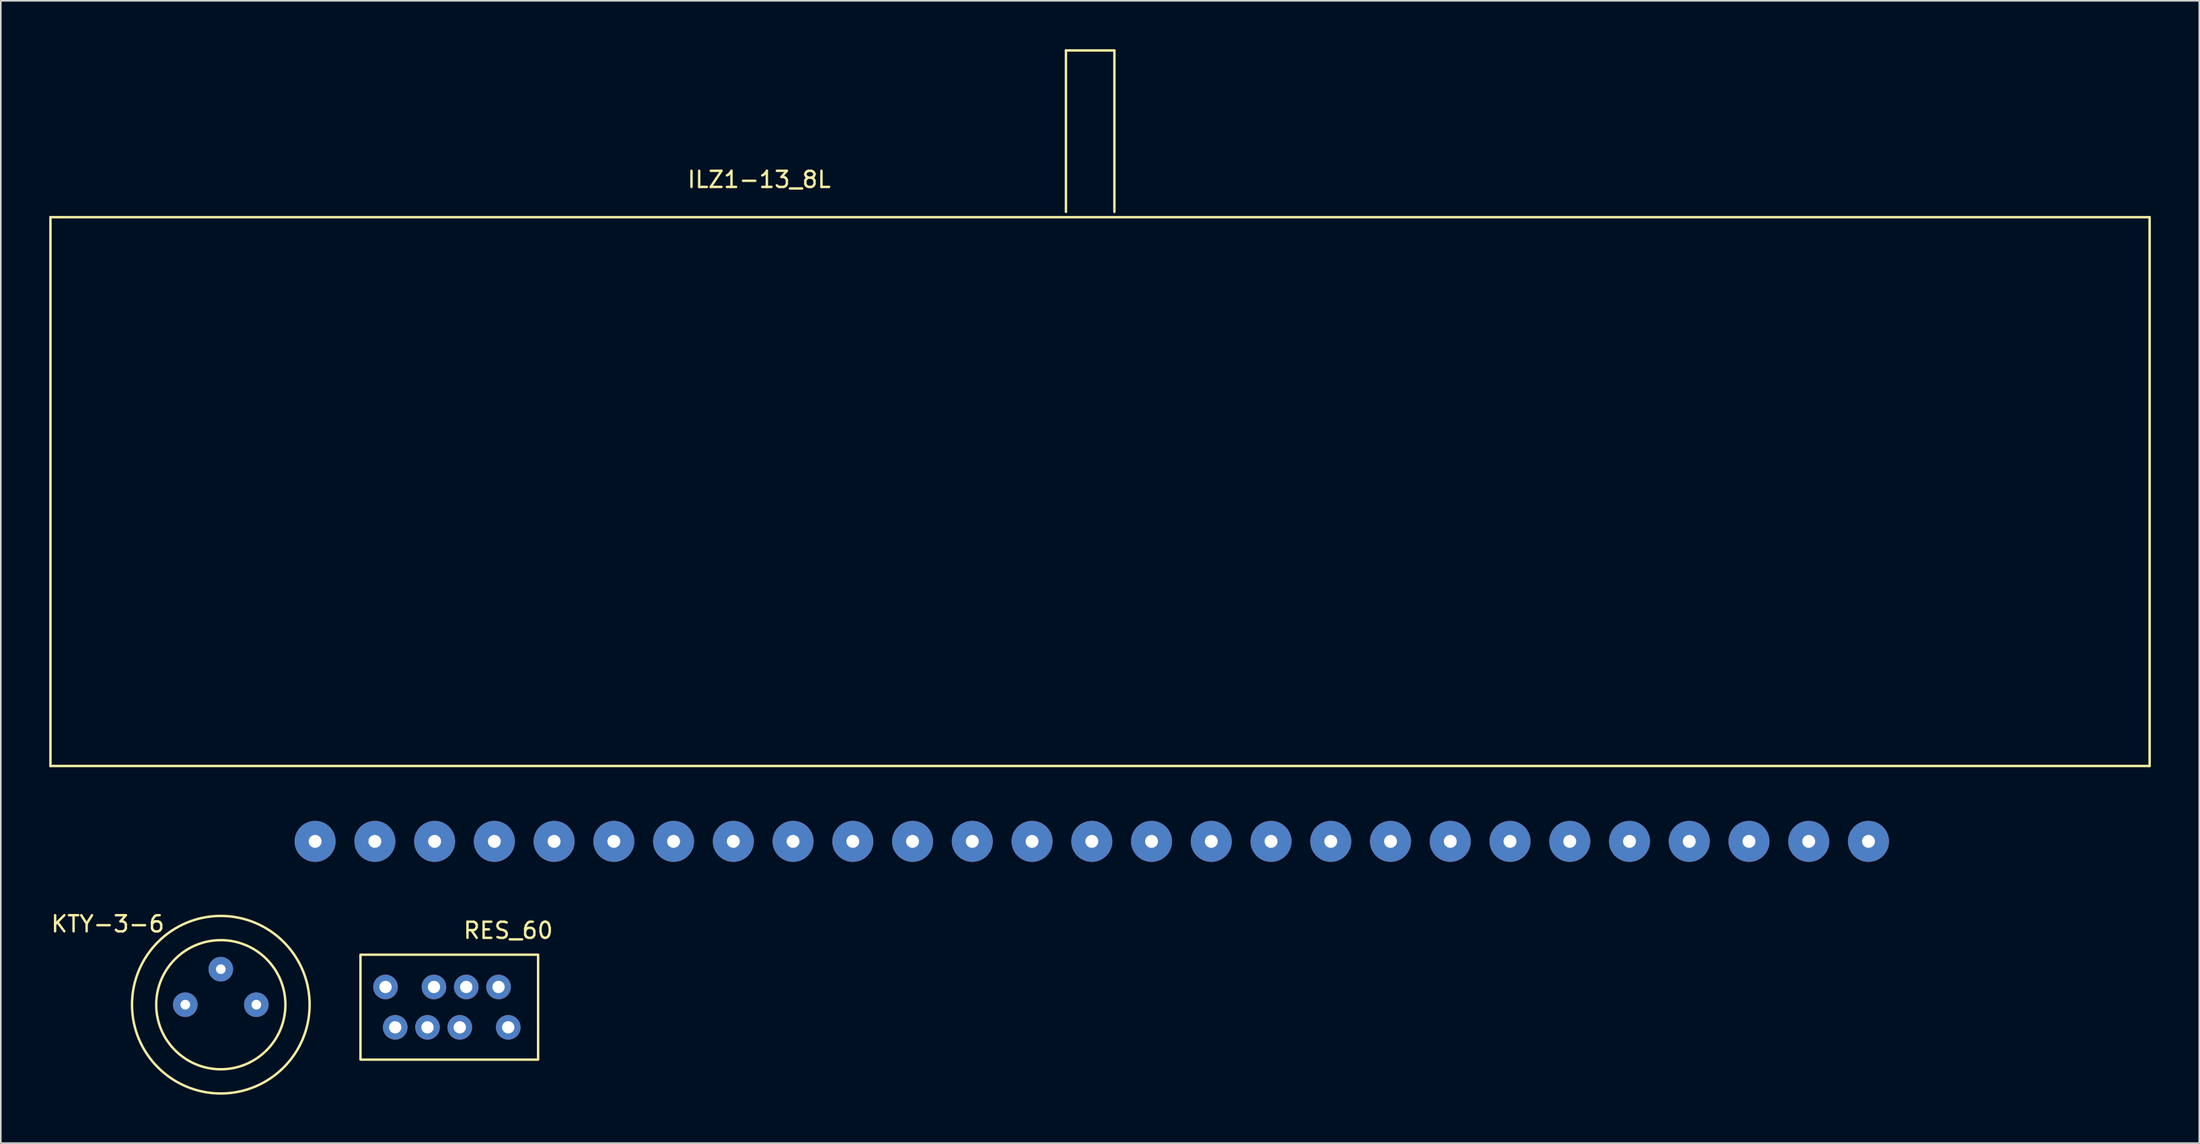
<source format=kicad_pcb>
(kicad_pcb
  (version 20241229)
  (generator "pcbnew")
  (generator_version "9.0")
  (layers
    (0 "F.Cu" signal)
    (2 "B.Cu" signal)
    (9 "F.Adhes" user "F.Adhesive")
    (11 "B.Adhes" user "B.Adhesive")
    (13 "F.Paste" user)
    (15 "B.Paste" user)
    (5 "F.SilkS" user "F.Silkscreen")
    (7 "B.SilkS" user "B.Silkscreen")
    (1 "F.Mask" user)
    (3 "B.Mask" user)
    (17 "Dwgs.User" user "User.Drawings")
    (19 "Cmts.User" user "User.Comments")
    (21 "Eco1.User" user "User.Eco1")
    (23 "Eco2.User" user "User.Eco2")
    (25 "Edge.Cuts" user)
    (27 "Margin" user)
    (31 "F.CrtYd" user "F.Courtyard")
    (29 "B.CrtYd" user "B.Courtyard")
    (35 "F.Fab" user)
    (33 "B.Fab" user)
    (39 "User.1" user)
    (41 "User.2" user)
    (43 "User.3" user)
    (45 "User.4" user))
  (footprint "ILZ1-13_8L"
    (layer "F.Cu")
    (at 64.575 27.405)
    (property "Reference" "ILZ1-13_8L" (at -20.61 -19.33 0) (layer "F.SilkS") (effects (font (size 1 1) (thickness 0.15))))
    (attr through_hole)
    (fp_line (start -64.5 -17) (end -64.5 17) (stroke (width 0.15) (type solid)) (layer "F.SilkS"))
    (fp_line (start -64.5 17) (end 65.5 17) (stroke (width 0.15) (type solid)) (layer "F.SilkS"))
    (fp_line (start -1.61 -27.33) (end 1.39 -27.33) (stroke (width 0.15) (type solid)) (layer "F.SilkS"))
    (fp_line (start -1.61 -17.33) (end -1.61 -27.33) (stroke (width 0.15) (type solid)) (layer "F.SilkS"))
    (fp_line (start 1.39 -27.33) (end 1.39 -17.33) (stroke (width 0.15) (type solid)) (layer "F.SilkS"))
    (fp_line (start 65.5 -17) (end -64.5 -17) (stroke (width 0.15) (type solid)) (layer "F.SilkS"))
    (fp_line (start 65.5 17) (end 65.5 -17) (stroke (width 0.15) (type solid)) (layer "F.SilkS"))
    (pad "1" thru_hole circle (at -48.11 21.67) (size 2.54 2.54) (drill 0.8) (layers "*.Cu" "*.Mask"))
    (pad "2" thru_hole circle (at -44.41 21.67) (size 2.54 2.54) (drill 0.8) (layers "*.Cu" "*.Mask"))
    (pad "3" thru_hole circle (at -40.71 21.67) (size 2.54 2.54) (drill 0.8) (layers "*.Cu" "*.Mask"))
    (pad "4" thru_hole circle (at -37.01 21.67) (size 2.54 2.54) (drill 0.8) (layers "*.Cu" "*.Mask"))
    (pad "5" thru_hole circle (at -33.31 21.67) (size 2.54 2.54) (drill 0.8) (layers "*.Cu" "*.Mask"))
    (pad "6" thru_hole circle (at -29.61 21.67) (size 2.54 2.54) (drill 0.8) (layers "*.Cu" "*.Mask"))
    (pad "7" thru_hole circle (at -25.91 21.67) (size 2.54 2.54) (drill 0.8) (layers "*.Cu" "*.Mask"))
    (pad "8" thru_hole circle (at -22.21 21.67) (size 2.54 2.54) (drill 0.8) (layers "*.Cu" "*.Mask"))
    (pad "9" thru_hole circle (at -18.51 21.67) (size 2.54 2.54) (drill 0.8) (layers "*.Cu" "*.Mask"))
    (pad "10" thru_hole circle (at -14.81 21.67) (size 2.54 2.54) (drill 0.8) (layers "*.Cu" "*.Mask"))
    (pad "11" thru_hole circle (at -11.11 21.67) (size 2.54 2.54) (drill 0.8) (layers "*.Cu" "*.Mask"))
    (pad "12" thru_hole circle (at -7.41 21.67) (size 2.54 2.54) (drill 0.8) (layers "*.Cu" "*.Mask"))
    (pad "13" thru_hole circle (at -3.71 21.67) (size 2.54 2.54) (drill 0.8) (layers "*.Cu" "*.Mask"))
    (pad "14" thru_hole circle (at -0.01 21.67) (size 2.54 2.54) (drill 0.8) (layers "*.Cu" "*.Mask"))
    (pad "15" thru_hole circle (at 3.69 21.67) (size 2.54 2.54) (drill 0.8) (layers "*.Cu" "*.Mask"))
    (pad "16" thru_hole circle (at 7.39 21.67) (size 2.54 2.54) (drill 0.8) (layers "*.Cu" "*.Mask"))
    (pad "17" thru_hole circle (at 11.09 21.67) (size 2.54 2.54) (drill 0.8) (layers "*.Cu" "*.Mask"))
    (pad "18" thru_hole circle (at 14.79 21.67) (size 2.54 2.54) (drill 0.8) (layers "*.Cu" "*.Mask"))
    (pad "19" thru_hole circle (at 18.49 21.67) (size 2.54 2.54) (drill 0.8) (layers "*.Cu" "*.Mask"))
    (pad "20" thru_hole circle (at 22.19 21.67) (size 2.54 2.54) (drill 0.8) (layers "*.Cu" "*.Mask"))
    (pad "21" thru_hole circle (at 25.89 21.67) (size 2.54 2.54) (drill 0.8) (layers "*.Cu" "*.Mask"))
    (pad "22" thru_hole circle (at 29.59 21.67) (size 2.54 2.54) (drill 0.8) (layers "*.Cu" "*.Mask"))
    (pad "23" thru_hole circle (at 33.29 21.67) (size 2.54 2.54) (drill 0.8) (layers "*.Cu" "*.Mask"))
    (pad "24" thru_hole circle (at 36.99 21.67) (size 2.54 2.54) (drill 0.8) (layers "*.Cu" "*.Mask"))
    (pad "25" thru_hole circle (at 40.69 21.67) (size 2.54 2.54) (drill 0.8) (layers "*.Cu" "*.Mask"))
    (pad "26" thru_hole circle (at 44.39 21.67) (size 2.54 2.54) (drill 0.8) (layers "*.Cu" "*.Mask"))
    (pad "27" thru_hole circle (at 48.09 21.67) (size 2.54 2.54) (drill 0.8) (layers "*.Cu" "*.Mask")))
  (footprint "KTY-3-6"
    (layer "F.Cu")
    (at 10.625 59.193)
    (property "Reference" "KTY-3-6" (at -7 -5 0) (layer "F.SilkS") (effects (font (size 1 1) (thickness 0.15))))
    (attr through_hole)
    (fp_circle (center 0 0) (end 0 -5.5) (stroke (width 0.15) (type solid)) (fill no) (layer "F.SilkS"))
    (fp_circle (center 0 0) (end 0 -4) (stroke (width 0.15) (type solid)) (fill no) (layer "F.SilkS"))
    (pad "1" thru_hole circle (at 2.2 0) (size 1.524 1.524) (drill 0.6) (layers "*.Cu" "*.Mask"))
    (pad "2" thru_hole circle (at 0 -2.2) (size 1.524 1.524) (drill 0.6) (layers "*.Cu" "*.Mask"))
    (pad "3" thru_hole circle (at -2.2 0) (size 1.524 1.524) (drill 0.6) (layers "*.Cu" "*.Mask")))
  (footprint "RES_60"
    (layer "F.Cu")
    (at 24.825 53.595)
    (property "Reference" "RES_60" (at 3.6 1 0) (layer "F.SilkS") (effects (font (size 1 1) (thickness 0.15))))
    (attr through_hole)
    (fp_line (start -5.55 9) (end -5.55 2.5) (stroke (width 0.15) (type solid)) (layer "F.SilkS"))
    (fp_line (start -5.5 2.5) (end 5.4 2.5) (stroke (width 0.15) (type solid)) (layer "F.SilkS"))
    (fp_line (start -5.5 9) (end 5.4 9) (stroke (width 0.15) (type solid)) (layer "F.SilkS"))
    (fp_line (start 5.45 9) (end 5.45 2.5) (stroke (width 0.15) (type solid)) (layer "F.SilkS"))
    (pad "11" thru_hole circle (at -3.4 7) (size 1.524 1.524) (drill 0.762) (layers "*.Cu" "*.Mask"))
    (pad "12" thru_hole circle (at 1 4.5) (size 1.524 1.524) (drill 0.762) (layers "*.Cu" "*.Mask"))
    (pad "13" thru_hole circle (at -4 4.5) (size 1.524 1.524) (drill 0.762) (layers "*.Cu" "*.Mask"))
    (pad "21" thru_hole circle (at 3 4.5) (size 1.524 1.524) (drill 0.762) (layers "*.Cu" "*.Mask"))
    (pad "22" thru_hole circle (at -1.4 7) (size 1.524 1.524) (drill 0.762) (layers "*.Cu" "*.Mask"))
    (pad "23" thru_hole circle (at 3.6 7) (size 1.524 1.524) (drill 0.762) (layers "*.Cu" "*.Mask"))
    (pad "31" thru_hole circle (at -1 4.5) (size 1.524 1.524) (drill 0.762) (layers "*.Cu" "*.Mask"))
    (pad "32" thru_hole circle (at 0.6 7) (size 1.524 1.524) (drill 0.762) (layers "*.Cu" "*.Mask")))
  (gr_rect
    (start -3 -3)
    (end 133.15 67.768)
    (stroke (width 0.1) (type default))
    (fill no)
    (layer "Edge.Cuts")))
</source>
